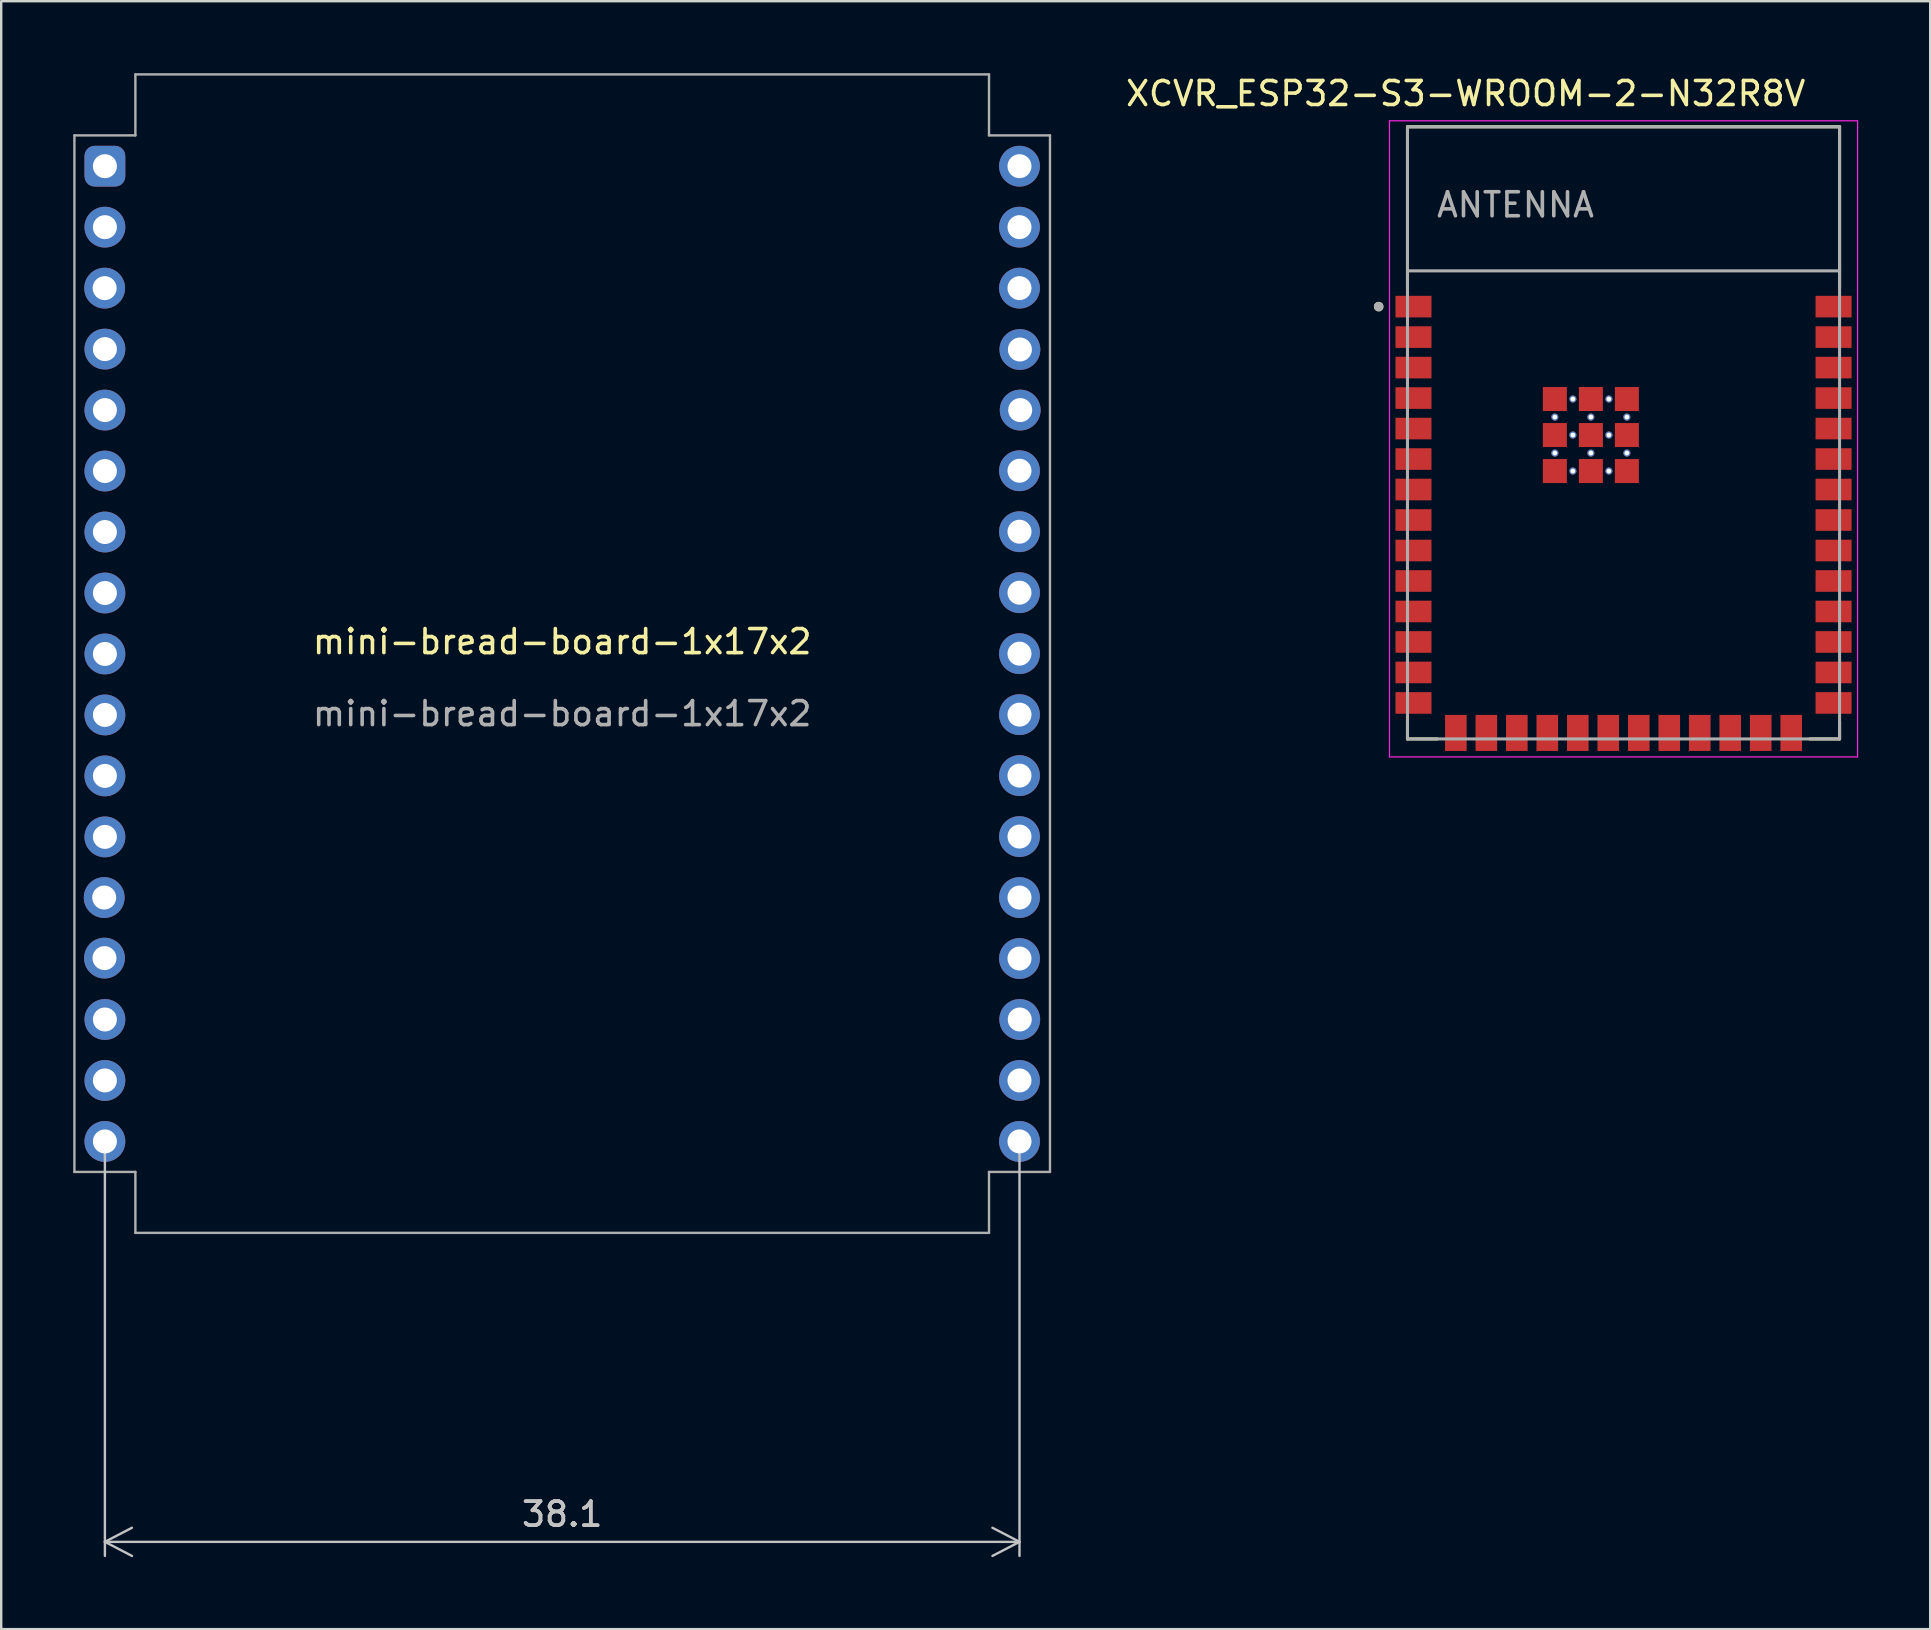
<source format=kicad_pcb>
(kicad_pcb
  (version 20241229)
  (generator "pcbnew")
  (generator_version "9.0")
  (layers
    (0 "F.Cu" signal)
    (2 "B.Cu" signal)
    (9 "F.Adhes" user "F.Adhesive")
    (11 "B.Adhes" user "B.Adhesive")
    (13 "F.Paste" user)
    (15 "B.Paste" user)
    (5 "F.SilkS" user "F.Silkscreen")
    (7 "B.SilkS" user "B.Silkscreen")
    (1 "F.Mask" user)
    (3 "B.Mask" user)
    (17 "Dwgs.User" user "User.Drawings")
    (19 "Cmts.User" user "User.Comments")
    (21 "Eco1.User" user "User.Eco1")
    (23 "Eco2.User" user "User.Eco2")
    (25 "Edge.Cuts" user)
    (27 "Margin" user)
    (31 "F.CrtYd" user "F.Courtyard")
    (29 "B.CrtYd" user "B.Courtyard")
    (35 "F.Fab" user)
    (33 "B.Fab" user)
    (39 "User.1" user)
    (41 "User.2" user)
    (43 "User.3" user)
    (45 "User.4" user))
  (footprint "XCVR_ESP32-S3-WROOM-2-N32R8V"
    (layer "F.Cu")
    (at 64.583 14.983)
    (property "Reference" "XCVR_ESP32-S3-WROOM-2-N32R8V" (at -6.575 -14.135 0) (layer "F.SilkS") (effects (font (size 1 1) (thickness 0.15))))
    (attr smd)
    (fp_line (start -9 -12.75) (end 9 -12.75) (stroke (width 0.127) (type solid)) (layer "F.SilkS"))
    (fp_line (start -9 -6.03) (end -9 -12.75) (stroke (width 0.127) (type solid)) (layer "F.SilkS"))
    (fp_line (start -9 12.02) (end -9 12.75) (stroke (width 0.127) (type solid)) (layer "F.SilkS"))
    (fp_line (start -9 12.75) (end -7.755 12.75) (stroke (width 0.127) (type solid)) (layer "F.SilkS"))
    (fp_line (start 9 -12.75) (end 9 -6.03) (stroke (width 0.127) (type solid)) (layer "F.SilkS"))
    (fp_line (start 9 12.02) (end 9 12.75) (stroke (width 0.127) (type solid)) (layer "F.SilkS"))
    (fp_line (start 9 12.75) (end 7.755 12.75) (stroke (width 0.127) (type solid)) (layer "F.SilkS"))
    (fp_circle (center -10.2 -5.26) (end -10.1 -5.26) (stroke (width 0.2) (type solid)) (fill no) (layer "F.SilkS"))
    (fp_line (start -9.75 -13) (end 9.75 -13) (stroke (width 0.05) (type solid)) (layer "F.CrtYd"))
    (fp_line (start -9.75 13.5) (end -9.75 -13) (stroke (width 0.05) (type solid)) (layer "F.CrtYd"))
    (fp_line (start -9.75 13.5) (end 9.75 13.5) (stroke (width 0.05) (type solid)) (layer "F.CrtYd"))
    (fp_line (start 9.75 -13) (end 9.75 13.5) (stroke (width 0.05) (type solid)) (layer "F.CrtYd"))
    (fp_line (start -9 -12.75) (end 9 -12.75) (stroke (width 0.127) (type solid)) (layer "F.Fab"))
    (fp_line (start -9 -6.75) (end -9 -12.75) (stroke (width 0.127) (type solid)) (layer "F.Fab"))
    (fp_line (start -9 -6.75) (end 9 -6.75) (stroke (width 0.127) (type solid)) (layer "F.Fab"))
    (fp_line (start -9 12.75) (end -9 -6.75) (stroke (width 0.127) (type solid)) (layer "F.Fab"))
    (fp_line (start 9 -12.75) (end 9 -6.75) (stroke (width 0.127) (type solid)) (layer "F.Fab"))
    (fp_line (start 9 -6.75) (end 9 12.75) (stroke (width 0.127) (type solid)) (layer "F.Fab"))
    (fp_line (start 9 12.75) (end -9 12.75) (stroke (width 0.127) (type solid)) (layer "F.Fab"))
    (fp_circle (center -10.2 -5.26) (end -10.1 -5.26) (stroke (width 0.2) (type solid)) (fill no) (layer "F.Fab"))
    (fp_text user "ANTENNA" (at -4.5 -9.5 0) (layer "F.Fab") (effects (font (size 1 1) (thickness 0.15))))
    (pad "1" smd rect (at -8.75 -5.26) (size 1.5 0.9) (layers "F.Cu" "F.Mask" "F.Paste"))
    (pad "2" smd rect (at -8.75 -3.99) (size 1.5 0.9) (layers "F.Cu" "F.Mask" "F.Paste"))
    (pad "3" smd rect (at -8.75 -2.72) (size 1.5 0.9) (layers "F.Cu" "F.Mask" "F.Paste"))
    (pad "4" smd rect (at -8.75 -1.45) (size 1.5 0.9) (layers "F.Cu" "F.Mask" "F.Paste"))
    (pad "5" smd rect (at -8.75 -0.18) (size 1.5 0.9) (layers "F.Cu" "F.Mask" "F.Paste"))
    (pad "6" smd rect (at -8.75 1.09) (size 1.5 0.9) (layers "F.Cu" "F.Mask" "F.Paste"))
    (pad "7" smd rect (at -8.75 2.36) (size 1.5 0.9) (layers "F.Cu" "F.Mask" "F.Paste"))
    (pad "8" smd rect (at -8.75 3.63) (size 1.5 0.9) (layers "F.Cu" "F.Mask" "F.Paste"))
    (pad "9" smd rect (at -8.75 4.9) (size 1.5 0.9) (layers "F.Cu" "F.Mask" "F.Paste"))
    (pad "10" smd rect (at -8.75 6.17) (size 1.5 0.9) (layers "F.Cu" "F.Mask" "F.Paste"))
    (pad "11" smd rect (at -8.75 7.44) (size 1.5 0.9) (layers "F.Cu" "F.Mask" "F.Paste"))
    (pad "12" smd rect (at -8.75 8.71) (size 1.5 0.9) (layers "F.Cu" "F.Mask" "F.Paste"))
    (pad "13" smd rect (at -8.75 9.98) (size 1.5 0.9) (layers "F.Cu" "F.Mask" "F.Paste"))
    (pad "14" smd rect (at -8.75 11.25) (size 1.5 0.9) (layers "F.Cu" "F.Mask" "F.Paste"))
    (pad "15" smd rect (at -6.985 12.5) (size 0.9 1.5) (layers "F.Cu" "F.Mask" "F.Paste"))
    (pad "16" smd rect (at -5.715 12.5) (size 0.9 1.5) (layers "F.Cu" "F.Mask" "F.Paste"))
    (pad "17" smd rect (at -4.445 12.5) (size 0.9 1.5) (layers "F.Cu" "F.Mask" "F.Paste"))
    (pad "18" smd rect (at -3.175 12.5) (size 0.9 1.5) (layers "F.Cu" "F.Mask" "F.Paste"))
    (pad "19" smd rect (at -1.905 12.5) (size 0.9 1.5) (layers "F.Cu" "F.Mask" "F.Paste"))
    (pad "20" smd rect (at -0.635 12.5) (size 0.9 1.5) (layers "F.Cu" "F.Mask" "F.Paste"))
    (pad "21" smd rect (at 0.635 12.5) (size 0.9 1.5) (layers "F.Cu" "F.Mask" "F.Paste"))
    (pad "22" smd rect (at 1.905 12.5) (size 0.9 1.5) (layers "F.Cu" "F.Mask" "F.Paste"))
    (pad "23" smd rect (at 3.175 12.5) (size 0.9 1.5) (layers "F.Cu" "F.Mask" "F.Paste"))
    (pad "24" smd rect (at 4.445 12.5) (size 0.9 1.5) (layers "F.Cu" "F.Mask" "F.Paste"))
    (pad "25" smd rect (at 5.715 12.5) (size 0.9 1.5) (layers "F.Cu" "F.Mask" "F.Paste"))
    (pad "26" smd rect (at 6.985 12.5) (size 0.9 1.5) (layers "F.Cu" "F.Mask" "F.Paste"))
    (pad "27" smd rect (at 8.75 11.25) (size 1.5 0.9) (layers "F.Cu" "F.Mask" "F.Paste"))
    (pad "28" smd rect (at 8.75 9.98) (size 1.5 0.9) (layers "F.Cu" "F.Mask" "F.Paste"))
    (pad "29" smd rect (at 8.75 8.71) (size 1.5 0.9) (layers "F.Cu" "F.Mask" "F.Paste"))
    (pad "30" smd rect (at 8.75 7.44) (size 1.5 0.9) (layers "F.Cu" "F.Mask" "F.Paste"))
    (pad "31" smd rect (at 8.75 6.17) (size 1.5 0.9) (layers "F.Cu" "F.Mask" "F.Paste"))
    (pad "32" smd rect (at 8.75 4.9) (size 1.5 0.9) (layers "F.Cu" "F.Mask" "F.Paste"))
    (pad "33" smd rect (at 8.75 3.63) (size 1.5 0.9) (layers "F.Cu" "F.Mask" "F.Paste"))
    (pad "34" smd rect (at 8.75 2.36) (size 1.5 0.9) (layers "F.Cu" "F.Mask" "F.Paste"))
    (pad "35" smd rect (at 8.75 1.09) (size 1.5 0.9) (layers "F.Cu" "F.Mask" "F.Paste"))
    (pad "36" smd rect (at 8.75 -0.18) (size 1.5 0.9) (layers "F.Cu" "F.Mask" "F.Paste"))
    (pad "37" smd rect (at 8.75 -1.45) (size 1.5 0.9) (layers "F.Cu" "F.Mask" "F.Paste"))
    (pad "38" smd rect (at 8.75 -2.72) (size 1.5 0.9) (layers "F.Cu" "F.Mask" "F.Paste"))
    (pad "39" smd rect (at 8.75 -3.99) (size 1.5 0.9) (layers "F.Cu" "F.Mask" "F.Paste"))
    (pad "40" smd rect (at 8.75 -5.26) (size 1.5 0.9) (layers "F.Cu" "F.Mask" "F.Paste"))
    (pad "41_1" smd rect (at -1.36 0.09) (size 1 1) (layers "F.Cu" "F.Mask" "F.Paste"))
    (pad "41_2" smd rect (at -2.86 0.09) (size 1 1) (layers "F.Cu" "F.Mask" "F.Paste"))
    (pad "41_3" smd rect (at 0.14 0.09) (size 1 1) (layers "F.Cu" "F.Mask" "F.Paste"))
    (pad "41_4" smd rect (at -2.86 1.59) (size 1 1) (layers "F.Cu" "F.Mask" "F.Paste"))
    (pad "41_5" smd rect (at -1.36 1.59) (size 1 1) (layers "F.Cu" "F.Mask" "F.Paste"))
    (pad "41_6" smd rect (at 0.14 1.59) (size 1 1) (layers "F.Cu" "F.Mask" "F.Paste"))
    (pad "41_7" smd rect (at -2.86 -1.41) (size 1 1) (layers "F.Cu" "F.Mask" "F.Paste"))
    (pad "41_8" smd rect (at -1.36 -1.41) (size 1 1) (layers "F.Cu" "F.Mask" "F.Paste"))
    (pad "41_9" smd rect (at 0.14 -1.41) (size 1 1) (layers "F.Cu" "F.Mask" "F.Paste"))
    (pad "41_10" thru_hole circle (at -1.36 -0.66) (size 0.3 0.3) (drill 0.2) (layers "*.Cu"))
    (pad "41_11" thru_hole circle (at -2.86 -0.66) (size 0.3 0.3) (drill 0.2) (layers "*.Cu"))
    (pad "41_12" thru_hole circle (at 0.14 -0.66) (size 0.3 0.3) (drill 0.2) (layers "*.Cu"))
    (pad "41_13" thru_hole circle (at -2.86 0.84) (size 0.3 0.3) (drill 0.2) (layers "*.Cu"))
    (pad "41_14" thru_hole circle (at -1.36 0.84) (size 0.3 0.3) (drill 0.2) (layers "*.Cu"))
    (pad "41_15" thru_hole circle (at 0.14 0.84) (size 0.3 0.3) (drill 0.2) (layers "*.Cu"))
    (pad "41_16" thru_hole circle (at -2.11 -1.41) (size 0.3 0.3) (drill 0.2) (layers "*.Cu"))
    (pad "41_17" thru_hole circle (at -0.61 -1.41) (size 0.3 0.3) (drill 0.2) (layers "*.Cu"))
    (pad "41_18" thru_hole circle (at -2.11 0.09) (size 0.3 0.3) (drill 0.2) (layers "*.Cu"))
    (pad "41_19" thru_hole circle (at -0.61 0.09) (size 0.3 0.3) (drill 0.2) (layers "*.Cu"))
    (pad "41_20" thru_hole circle (at -2.11 1.59) (size 0.3 0.3) (drill 0.2) (layers "*.Cu"))
    (pad "41_21" thru_hole circle (at -0.61 1.59) (size 0.3 0.3) (drill 0.2) (layers "*.Cu"))
    (zone (net_name "") (layer "F.Cu") (hatch full 0.508) (connect_pads) (min_thickness 0.01) (filled_areas_thickness no) (keepout (tracks not_allowed) (vias not_allowed) (pads not_allowed) (copperpour not_allowed) (footprints allowed)) (placement (enabled no)) (fill) (polygon (pts (xy 55.583 2.233) (xy 73.583 2.233) (xy 73.583 8.233) (xy 55.583 8.233))))
    (zone (net_name "") (layers "F.Cu" "B.Cu") (hatch full 0.508) (connect_pads) (min_thickness 0.01) (filled_areas_thickness no) (keepout (tracks allowed) (vias not_allowed) (pads allowed) (copperpour allowed) (footprints allowed)) (placement (enabled no)) (fill) (polygon (pts (xy 55.583 2.233) (xy 73.583 2.233) (xy 73.583 8.233) (xy 55.583 8.233))))
    (zone (net_name "") (layer "B.Cu") (hatch full 0.508) (connect_pads) (min_thickness 0.01) (filled_areas_thickness no) (keepout (tracks not_allowed) (vias not_allowed) (pads not_allowed) (copperpour not_allowed) (footprints allowed)) (placement (enabled no)) (fill) (polygon (pts (xy 55.583 2.233) (xy 73.583 2.233) (xy 73.583 8.233) (xy 55.583 8.233)))))
  (footprint "mini-bread-board-1x17x2"
    (layer "F.Cu")
    (at 20.37 24.18)
    (property "Reference" "mini-bread-board-1x17x2" (at 0 -0.5 0) (unlocked yes) (layer "F.SilkS") (effects (font (size 1 1) (thickness 0.15))))
    (attr smd)
    (fp_line (start -20.32 -21.59) (end -20.32 21.59) (stroke (width 0.1) (type solid)) (layer "F.Fab"))
    (fp_line (start -20.32 21.59) (end -17.78 21.59) (stroke (width 0.1) (type solid)) (layer "F.Fab"))
    (fp_line (start -17.78 -24.13) (end -17.78 -21.59) (stroke (width 0.1) (type solid)) (layer "F.Fab"))
    (fp_line (start -17.78 -21.59) (end -20.32 -21.59) (stroke (width 0.1) (type solid)) (layer "F.Fab"))
    (fp_line (start -17.78 21.59) (end -17.78 24.13) (stroke (width 0.1) (type solid)) (layer "F.Fab"))
    (fp_line (start -17.78 24.13) (end 17.78 24.13) (stroke (width 0.1) (type solid)) (layer "F.Fab"))
    (fp_line (start 17.78 -24.13) (end -17.78 -24.13) (stroke (width 0.1) (type solid)) (layer "F.Fab"))
    (fp_line (start 17.78 -21.59) (end 17.78 -24.13) (stroke (width 0.1) (type solid)) (layer "F.Fab"))
    (fp_line (start 17.78 21.59) (end 20.32 21.59) (stroke (width 0.1) (type solid)) (layer "F.Fab"))
    (fp_line (start 17.78 24.13) (end 17.78 21.59) (stroke (width 0.1) (type solid)) (layer "F.Fab"))
    (fp_line (start 20.32 -21.59) (end 17.78 -21.59) (stroke (width 0.1) (type solid)) (layer "F.Fab"))
    (fp_line (start 20.32 21.59) (end 20.32 -21.59) (stroke (width 0.1) (type solid)) (layer "F.Fab"))
    (fp_text user "${REFERENCE}" (at 0 2.5 0) (unlocked yes) (layer "F.Fab") (effects (font (size 1 1) (thickness 0.15))))
    (dimension (type orthogonal) (layer "Dwgs.User") (pts (xy 1.32 44.5) (xy 39.42 44.5)) (height 16.68) (orientation 0) (format (prefix "") (suffix "") (units 3) (units_format 0) (precision 4) (suppress_zeroes yes)) (style (thickness 0.1) (arrow_length 1.27) (text_position_mode 0) (arrow_direction outward) (extension_height 0.586) (extension_offset 0.5) (keep_text_aligned yes)) (gr_text "38.1" (at 20.37 60.03 0) (layer "Dwgs.User") (effects (font (size 1 1) (thickness 0.15)))))
    (pad "1" thru_hole roundrect (at -19.05 -20.307 90) (size 1.7 1.7) (drill 1) (layers "*.Cu" "*.Mask") (roundrect_rratio 0.25))
    (pad "2" thru_hole circle (at -19.05 -17.767) (size 1.7 1.7) (drill 1) (layers "*.Cu" "*.Mask"))
    (pad "3" thru_hole circle (at -19.06 -15.227) (size 1.7 1.7) (drill 1) (layers "*.Cu" "*.Mask"))
    (pad "4" thru_hole circle (at -19.05 -12.687) (size 1.7 1.7) (drill 1) (layers "*.Cu" "*.Mask"))
    (pad "5" thru_hole circle (at -19.05 -10.147) (size 1.7 1.7) (drill 1) (layers "*.Cu" "*.Mask"))
    (pad "6" thru_hole circle (at -19.05 -7.607) (size 1.7 1.7) (drill 1) (layers "*.Cu" "*.Mask"))
    (pad "7" thru_hole circle (at -19.05 -5.067) (size 1.7 1.7) (drill 1) (layers "*.Cu" "*.Mask"))
    (pad "8" thru_hole circle (at -19.05 -2.527) (size 1.7 1.7) (drill 1) (layers "*.Cu" "*.Mask"))
    (pad "9" thru_hole circle (at -19.05 0.013) (size 1.7 1.7) (drill 1) (layers "*.Cu" "*.Mask"))
    (pad "10" thru_hole circle (at -19.05 2.553) (size 1.7 1.7) (drill 1) (layers "*.Cu" "*.Mask"))
    (pad "11" thru_hole circle (at -19.05 5.093) (size 1.7 1.7) (drill 1) (layers "*.Cu" "*.Mask"))
    (pad "12" thru_hole circle (at -19.05 7.633) (size 1.7 1.7) (drill 1) (layers "*.Cu" "*.Mask"))
    (pad "13" thru_hole circle (at -19.079 10.16) (size 1.7 1.7) (drill 1) (layers "*.Cu" "*.Mask"))
    (pad "14" thru_hole circle (at -19.067 12.683) (size 1.7 1.7) (drill 1) (layers "*.Cu" "*.Mask"))
    (pad "15" thru_hole circle (at -19.05 15.24) (size 1.7 1.7) (drill 1) (layers "*.Cu" "*.Mask"))
    (pad "16" thru_hole circle (at -19.05 17.78) (size 1.7 1.7) (drill 1) (layers "*.Cu" "*.Mask"))
    (pad "17" thru_hole circle (at -19.05 20.32) (size 1.7 1.7) (drill 1) (layers "*.Cu" "*.Mask"))
    (pad "18" thru_hole circle (at 19.05 20.32 180) (size 1.7 1.7) (drill 1) (layers "*.Cu" "*.Mask"))
    (pad "19" thru_hole circle (at 19.05 17.78 180) (size 1.7 1.7) (drill 1) (layers "*.Cu" "*.Mask"))
    (pad "20" thru_hole circle (at 19.06 15.24 180) (size 1.7 1.7) (drill 1) (layers "*.Cu" "*.Mask"))
    (pad "21" thru_hole circle (at 19.05 12.7 180) (size 1.7 1.7) (drill 1) (layers "*.Cu" "*.Mask"))
    (pad "22" thru_hole circle (at 19.05 10.16 180) (size 1.7 1.7) (drill 1) (layers "*.Cu" "*.Mask"))
    (pad "23" thru_hole circle (at 19.05 7.62 180) (size 1.7 1.7) (drill 1) (layers "*.Cu" "*.Mask"))
    (pad "24" thru_hole circle (at 19.05 5.08 180) (size 1.7 1.7) (drill 1) (layers "*.Cu" "*.Mask"))
    (pad "25" thru_hole circle (at 19.05 2.54 180) (size 1.7 1.7) (drill 1) (layers "*.Cu" "*.Mask"))
    (pad "26" thru_hole circle (at 19.05 0 180) (size 1.7 1.7) (drill 1) (layers "*.Cu" "*.Mask"))
    (pad "27" thru_hole circle (at 19.05 -2.54 180) (size 1.7 1.7) (drill 1) (layers "*.Cu" "*.Mask"))
    (pad "28" thru_hole circle (at 19.05 -5.08 180) (size 1.7 1.7) (drill 1) (layers "*.Cu" "*.Mask"))
    (pad "29" thru_hole circle (at 19.05 -7.62 180) (size 1.7 1.7) (drill 1) (layers "*.Cu" "*.Mask"))
    (pad "30" thru_hole circle (at 19.079 -10.147 180) (size 1.7 1.7) (drill 1) (layers "*.Cu" "*.Mask"))
    (pad "31" thru_hole circle (at 19.067 -12.67 180) (size 1.7 1.7) (drill 1) (layers "*.Cu" "*.Mask"))
    (pad "32" thru_hole circle (at 19.05 -15.227 180) (size 1.7 1.7) (drill 1) (layers "*.Cu" "*.Mask"))
    (pad "33" thru_hole circle (at 19.05 -17.767 180) (size 1.7 1.7) (drill 1) (layers "*.Cu" "*.Mask"))
    (pad "34" thru_hole circle (at 19.05 -20.307 180) (size 1.7 1.7) (drill 1) (layers "*.Cu" "*.Mask")))
  (gr_rect
    (start -3 -3)
    (end 77.358 64.816)
    (stroke (width 0.1) (type default))
    (fill no)
    (layer "Edge.Cuts")))
</source>
